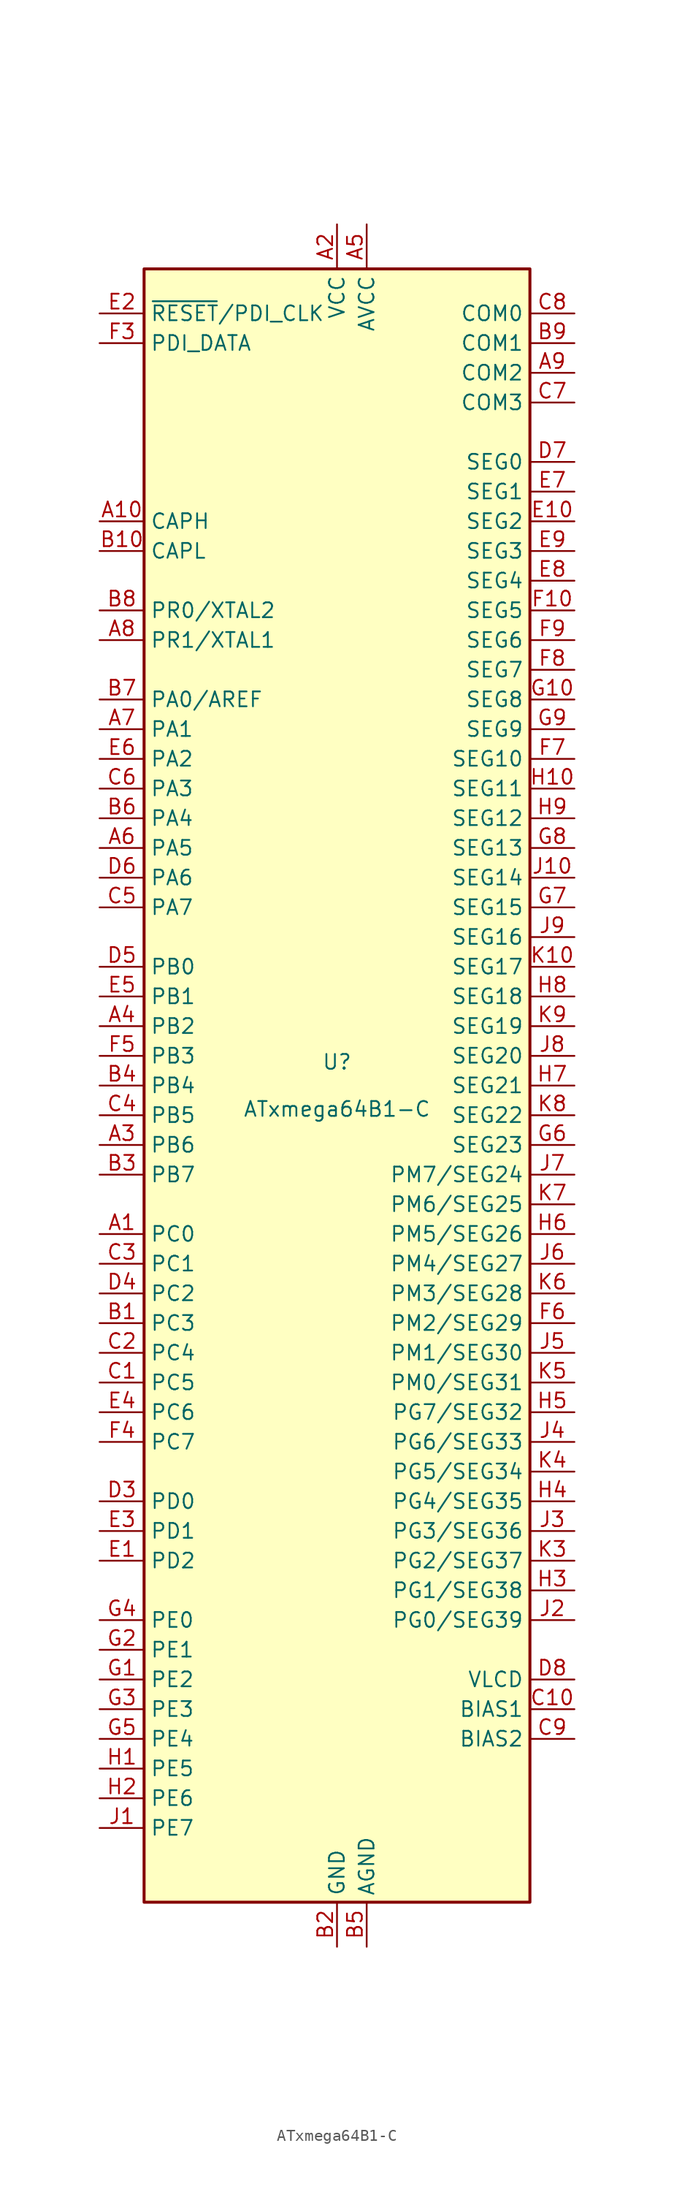
<source format=kicad_sym>
(kicad_symbol_lib
  (version 20220914)
  (generator kicad_symbol_editor)
  (symbol "ATxmega64B1-C"
    (property "Reference" "U"
      (at 0 1.27 0)
      (effects (font (size 1.27 1.27)) (justify bottom)))
    (property "Value" "ATxmega64B1-C"
      (at 0 -1.27 0)
      (effects (font (size 1.27 1.27)) (justify top)))
    (symbol "ATxmega64B1-C_0_1"
      (rectangle (start -16.51 -69.85) (end 16.51 69.85) (stroke (width 0.254) (type default)) (fill (type background))))
    (symbol "ATxmega64B1-C_1_1"
      (pin bidirectional line (at -20.32 -12.7 0) (length 3.81) (name "PC0" (effects (font (size 1.27 1.27)))) (number "A1" (effects (font (size 1.27 1.27)))))
      (pin passive line (at -20.32 48.26 0) (length 3.81) (name "CAPH" (effects (font (size 1.27 1.27)))) (number "A10" (effects (font (size 1.27 1.27)))))
      (pin power_in line (at 0 73.66 270) (length 3.81) (name "VCC" (effects (font (size 1.27 1.27)))) (number "A2" (effects (font (size 1.27 1.27)))))
      (pin bidirectional line (at -20.32 -5.08 0) (length 3.81) (name "PB6" (effects (font (size 1.27 1.27)))) (number "A3" (effects (font (size 1.27 1.27)))))
      (pin bidirectional line (at -20.32 5.08 0) (length 3.81) (name "PB2" (effects (font (size 1.27 1.27)))) (number "A4" (effects (font (size 1.27 1.27)))))
      (pin power_in line (at 2.54 73.66 270) (length 3.81) (name "AVCC" (effects (font (size 1.27 1.27)))) (number "A5" (effects (font (size 1.27 1.27)))))
      (pin bidirectional line (at -20.32 20.32 0) (length 3.81) (name "PA5" (effects (font (size 1.27 1.27)))) (number "A6" (effects (font (size 1.27 1.27)))))
      (pin bidirectional line (at -20.32 30.48 0) (length 3.81) (name "PA1" (effects (font (size 1.27 1.27)))) (number "A7" (effects (font (size 1.27 1.27)))))
      (pin bidirectional line (at -20.32 38.1 0) (length 3.81) (name "PR1/XTAL1" (effects (font (size 1.27 1.27)))) (number "A8" (effects (font (size 1.27 1.27)))))
      (pin output line (at 20.32 60.96 180) (length 3.81) (name "COM2" (effects (font (size 1.27 1.27)))) (number "A9" (effects (font (size 1.27 1.27)))))
      (pin bidirectional line (at -20.32 -20.32 0) (length 3.81) (name "PC3" (effects (font (size 1.27 1.27)))) (number "B1" (effects (font (size 1.27 1.27)))))
      (pin passive line (at -20.32 45.72 0) (length 3.81) (name "CAPL" (effects (font (size 1.27 1.27)))) (number "B10" (effects (font (size 1.27 1.27)))))
      (pin power_in line (at 0 -73.66 90) (length 3.81) (name "GND" (effects (font (size 1.27 1.27)))) (number "B2" (effects (font (size 1.27 1.27)))))
      (pin bidirectional line (at -20.32 -7.62 0) (length 3.81) (name "PB7" (effects (font (size 1.27 1.27)))) (number "B3" (effects (font (size 1.27 1.27)))))
      (pin bidirectional line (at -20.32 0 0) (length 3.81) (name "PB4" (effects (font (size 1.27 1.27)))) (number "B4" (effects (font (size 1.27 1.27)))))
      (pin power_in line (at 2.54 -73.66 90) (length 3.81) (name "AGND" (effects (font (size 1.27 1.27)))) (number "B5" (effects (font (size 1.27 1.27)))))
      (pin bidirectional line (at -20.32 22.86 0) (length 3.81) (name "PA4" (effects (font (size 1.27 1.27)))) (number "B6" (effects (font (size 1.27 1.27)))))
      (pin bidirectional line (at -20.32 33.02 0) (length 3.81) (name "PA0/AREF" (effects (font (size 1.27 1.27)))) (number "B7" (effects (font (size 1.27 1.27)))))
      (pin bidirectional line (at -20.32 40.64 0) (length 3.81) (name "PR0/XTAL2" (effects (font (size 1.27 1.27)))) (number "B8" (effects (font (size 1.27 1.27)))))
      (pin output line (at 20.32 63.5 180) (length 3.81) (name "COM1" (effects (font (size 1.27 1.27)))) (number "B9" (effects (font (size 1.27 1.27)))))
      (pin bidirectional line (at -20.32 -25.4 0) (length 3.81) (name "PC5" (effects (font (size 1.27 1.27)))) (number "C1" (effects (font (size 1.27 1.27)))))
      (pin power_out line (at 20.32 -53.34 180) (length 3.81) (name "BIAS1" (effects (font (size 1.27 1.27)))) (number "C10" (effects (font (size 1.27 1.27)))))
      (pin bidirectional line (at -20.32 -22.86 0) (length 3.81) (name "PC4" (effects (font (size 1.27 1.27)))) (number "C2" (effects (font (size 1.27 1.27)))))
      (pin bidirectional line (at -20.32 -15.24 0) (length 3.81) (name "PC1" (effects (font (size 1.27 1.27)))) (number "C3" (effects (font (size 1.27 1.27)))))
      (pin bidirectional line (at -20.32 -2.54 0) (length 3.81) (name "PB5" (effects (font (size 1.27 1.27)))) (number "C4" (effects (font (size 1.27 1.27)))))
      (pin bidirectional line (at -20.32 15.24 0) (length 3.81) (name "PA7" (effects (font (size 1.27 1.27)))) (number "C5" (effects (font (size 1.27 1.27)))))
      (pin bidirectional line (at -20.32 25.4 0) (length 3.81) (name "PA3" (effects (font (size 1.27 1.27)))) (number "C6" (effects (font (size 1.27 1.27)))))
      (pin output line (at 20.32 58.42 180) (length 3.81) (name "COM3" (effects (font (size 1.27 1.27)))) (number "C7" (effects (font (size 1.27 1.27)))))
      (pin output line (at 20.32 66.04 180) (length 3.81) (name "COM0" (effects (font (size 1.27 1.27)))) (number "C8" (effects (font (size 1.27 1.27)))))
      (pin power_out line (at 20.32 -55.88 180) (length 3.81) (name "BIAS2" (effects (font (size 1.27 1.27)))) (number "C9" (effects (font (size 1.27 1.27)))))
      (pin passive line (at 0 73.66 270) (length 3.81) hide (name "VCC" (effects (font (size 1.27 1.27)))) (number "D1" (effects (font (size 1.27 1.27)))))
      (pin passive line (at 0 73.66 270) (length 3.81) hide (name "VCC" (effects (font (size 1.27 1.27)))) (number "D10" (effects (font (size 1.27 1.27)))))
      (pin passive line (at 0 -73.66 90) (length 3.81) hide (name "GND" (effects (font (size 1.27 1.27)))) (number "D2" (effects (font (size 1.27 1.27)))))
      (pin bidirectional line (at -20.32 -35.56 0) (length 3.81) (name "PD0" (effects (font (size 1.27 1.27)))) (number "D3" (effects (font (size 1.27 1.27)))))
      (pin bidirectional line (at -20.32 -17.78 0) (length 3.81) (name "PC2" (effects (font (size 1.27 1.27)))) (number "D4" (effects (font (size 1.27 1.27)))))
      (pin bidirectional line (at -20.32 10.16 0) (length 3.81) (name "PB0" (effects (font (size 1.27 1.27)))) (number "D5" (effects (font (size 1.27 1.27)))))
      (pin bidirectional line (at -20.32 17.78 0) (length 3.81) (name "PA6" (effects (font (size 1.27 1.27)))) (number "D6" (effects (font (size 1.27 1.27)))))
      (pin output line (at 20.32 53.34 180) (length 3.81) (name "SEG0" (effects (font (size 1.27 1.27)))) (number "D7" (effects (font (size 1.27 1.27)))))
      (pin power_out line (at 20.32 -50.8 180) (length 3.81) (name "VLCD" (effects (font (size 1.27 1.27)))) (number "D8" (effects (font (size 1.27 1.27)))))
      (pin passive line (at 0 -73.66 90) (length 3.81) hide (name "GND" (effects (font (size 1.27 1.27)))) (number "D9" (effects (font (size 1.27 1.27)))))
      (pin bidirectional line (at -20.32 -40.64 0) (length 3.81) (name "PD2" (effects (font (size 1.27 1.27)))) (number "E1" (effects (font (size 1.27 1.27)))))
      (pin output line (at 20.32 48.26 180) (length 3.81) (name "SEG2" (effects (font (size 1.27 1.27)))) (number "E10" (effects (font (size 1.27 1.27)))))
      (pin input line (at -20.32 66.04 0) (length 3.81) (name "~{RESET}/PDI_CLK" (effects (font (size 1.27 1.27)))) (number "E2" (effects (font (size 1.27 1.27)))))
      (pin bidirectional line (at -20.32 -38.1 0) (length 3.81) (name "PD1" (effects (font (size 1.27 1.27)))) (number "E3" (effects (font (size 1.27 1.27)))))
      (pin bidirectional line (at -20.32 -27.94 0) (length 3.81) (name "PC6" (effects (font (size 1.27 1.27)))) (number "E4" (effects (font (size 1.27 1.27)))))
      (pin bidirectional line (at -20.32 7.62 0) (length 3.81) (name "PB1" (effects (font (size 1.27 1.27)))) (number "E5" (effects (font (size 1.27 1.27)))))
      (pin bidirectional line (at -20.32 27.94 0) (length 3.81) (name "PA2" (effects (font (size 1.27 1.27)))) (number "E6" (effects (font (size 1.27 1.27)))))
      (pin output line (at 20.32 50.8 180) (length 3.81) (name "SEG1" (effects (font (size 1.27 1.27)))) (number "E7" (effects (font (size 1.27 1.27)))))
      (pin output line (at 20.32 43.18 180) (length 3.81) (name "SEG4" (effects (font (size 1.27 1.27)))) (number "E8" (effects (font (size 1.27 1.27)))))
      (pin output line (at 20.32 45.72 180) (length 3.81) (name "SEG3" (effects (font (size 1.27 1.27)))) (number "E9" (effects (font (size 1.27 1.27)))))
      (pin passive line (at 0 73.66 270) (length 3.81) hide (name "VCC" (effects (font (size 1.27 1.27)))) (number "F1" (effects (font (size 1.27 1.27)))))
      (pin output line (at 20.32 40.64 180) (length 3.81) (name "SEG5" (effects (font (size 1.27 1.27)))) (number "F10" (effects (font (size 1.27 1.27)))))
      (pin passive line (at 0 -73.66 90) (length 3.81) hide (name "GND" (effects (font (size 1.27 1.27)))) (number "F2" (effects (font (size 1.27 1.27)))))
      (pin bidirectional line (at -20.32 63.5 0) (length 3.81) (name "PDI_DATA" (effects (font (size 1.27 1.27)))) (number "F3" (effects (font (size 1.27 1.27)))))
      (pin bidirectional line (at -20.32 -30.48 0) (length 3.81) (name "PC7" (effects (font (size 1.27 1.27)))) (number "F4" (effects (font (size 1.27 1.27)))))
      (pin bidirectional line (at -20.32 2.54 0) (length 3.81) (name "PB3" (effects (font (size 1.27 1.27)))) (number "F5" (effects (font (size 1.27 1.27)))))
      (pin bidirectional line (at 20.32 -20.32 180) (length 3.81) (name "PM2/SEG29" (effects (font (size 1.27 1.27)))) (number "F6" (effects (font (size 1.27 1.27)))))
      (pin output line (at 20.32 27.94 180) (length 3.81) (name "SEG10" (effects (font (size 1.27 1.27)))) (number "F7" (effects (font (size 1.27 1.27)))))
      (pin output line (at 20.32 35.56 180) (length 3.81) (name "SEG7" (effects (font (size 1.27 1.27)))) (number "F8" (effects (font (size 1.27 1.27)))))
      (pin output line (at 20.32 38.1 180) (length 3.81) (name "SEG6" (effects (font (size 1.27 1.27)))) (number "F9" (effects (font (size 1.27 1.27)))))
      (pin bidirectional line (at -20.32 -50.8 0) (length 3.81) (name "PE2" (effects (font (size 1.27 1.27)))) (number "G1" (effects (font (size 1.27 1.27)))))
      (pin output line (at 20.32 33.02 180) (length 3.81) (name "SEG8" (effects (font (size 1.27 1.27)))) (number "G10" (effects (font (size 1.27 1.27)))))
      (pin bidirectional line (at -20.32 -48.26 0) (length 3.81) (name "PE1" (effects (font (size 1.27 1.27)))) (number "G2" (effects (font (size 1.27 1.27)))))
      (pin bidirectional line (at -20.32 -53.34 0) (length 3.81) (name "PE3" (effects (font (size 1.27 1.27)))) (number "G3" (effects (font (size 1.27 1.27)))))
      (pin bidirectional line (at -20.32 -45.72 0) (length 3.81) (name "PE0" (effects (font (size 1.27 1.27)))) (number "G4" (effects (font (size 1.27 1.27)))))
      (pin bidirectional line (at -20.32 -55.88 0) (length 3.81) (name "PE4" (effects (font (size 1.27 1.27)))) (number "G5" (effects (font (size 1.27 1.27)))))
      (pin output line (at 20.32 -5.08 180) (length 3.81) (name "SEG23" (effects (font (size 1.27 1.27)))) (number "G6" (effects (font (size 1.27 1.27)))))
      (pin output line (at 20.32 15.24 180) (length 3.81) (name "SEG15" (effects (font (size 1.27 1.27)))) (number "G7" (effects (font (size 1.27 1.27)))))
      (pin output line (at 20.32 20.32 180) (length 3.81) (name "SEG13" (effects (font (size 1.27 1.27)))) (number "G8" (effects (font (size 1.27 1.27)))))
      (pin output line (at 20.32 30.48 180) (length 3.81) (name "SEG9" (effects (font (size 1.27 1.27)))) (number "G9" (effects (font (size 1.27 1.27)))))
      (pin bidirectional line (at -20.32 -58.42 0) (length 3.81) (name "PE5" (effects (font (size 1.27 1.27)))) (number "H1" (effects (font (size 1.27 1.27)))))
      (pin output line (at 20.32 25.4 180) (length 3.81) (name "SEG11" (effects (font (size 1.27 1.27)))) (number "H10" (effects (font (size 1.27 1.27)))))
      (pin bidirectional line (at -20.32 -60.96 0) (length 3.81) (name "PE6" (effects (font (size 1.27 1.27)))) (number "H2" (effects (font (size 1.27 1.27)))))
      (pin bidirectional line (at 20.32 -43.18 180) (length 3.81) (name "PG1/SEG38" (effects (font (size 1.27 1.27)))) (number "H3" (effects (font (size 1.27 1.27)))))
      (pin bidirectional line (at 20.32 -35.56 180) (length 3.81) (name "PG4/SEG35" (effects (font (size 1.27 1.27)))) (number "H4" (effects (font (size 1.27 1.27)))))
      (pin bidirectional line (at 20.32 -27.94 180) (length 3.81) (name "PG7/SEG32" (effects (font (size 1.27 1.27)))) (number "H5" (effects (font (size 1.27 1.27)))))
      (pin bidirectional line (at 20.32 -12.7 180) (length 3.81) (name "PM5/SEG26" (effects (font (size 1.27 1.27)))) (number "H6" (effects (font (size 1.27 1.27)))))
      (pin output line (at 20.32 0 180) (length 3.81) (name "SEG21" (effects (font (size 1.27 1.27)))) (number "H7" (effects (font (size 1.27 1.27)))))
      (pin output line (at 20.32 7.62 180) (length 3.81) (name "SEG18" (effects (font (size 1.27 1.27)))) (number "H8" (effects (font (size 1.27 1.27)))))
      (pin output line (at 20.32 22.86 180) (length 3.81) (name "SEG12" (effects (font (size 1.27 1.27)))) (number "H9" (effects (font (size 1.27 1.27)))))
      (pin bidirectional line (at -20.32 -63.5 0) (length 3.81) (name "PE7" (effects (font (size 1.27 1.27)))) (number "J1" (effects (font (size 1.27 1.27)))))
      (pin output line (at 20.32 17.78 180) (length 3.81) (name "SEG14" (effects (font (size 1.27 1.27)))) (number "J10" (effects (font (size 1.27 1.27)))))
      (pin bidirectional line (at 20.32 -45.72 180) (length 3.81) (name "PG0/SEG39" (effects (font (size 1.27 1.27)))) (number "J2" (effects (font (size 1.27 1.27)))))
      (pin bidirectional line (at 20.32 -38.1 180) (length 3.81) (name "PG3/SEG36" (effects (font (size 1.27 1.27)))) (number "J3" (effects (font (size 1.27 1.27)))))
      (pin bidirectional line (at 20.32 -30.48 180) (length 3.81) (name "PG6/SEG33" (effects (font (size 1.27 1.27)))) (number "J4" (effects (font (size 1.27 1.27)))))
      (pin bidirectional line (at 20.32 -22.86 180) (length 3.81) (name "PM1/SEG30" (effects (font (size 1.27 1.27)))) (number "J5" (effects (font (size 1.27 1.27)))))
      (pin bidirectional line (at 20.32 -15.24 180) (length 3.81) (name "PM4/SEG27" (effects (font (size 1.27 1.27)))) (number "J6" (effects (font (size 1.27 1.27)))))
      (pin bidirectional line (at 20.32 -7.62 180) (length 3.81) (name "PM7/SEG24" (effects (font (size 1.27 1.27)))) (number "J7" (effects (font (size 1.27 1.27)))))
      (pin output line (at 20.32 2.54 180) (length 3.81) (name "SEG20" (effects (font (size 1.27 1.27)))) (number "J8" (effects (font (size 1.27 1.27)))))
      (pin output line (at 20.32 12.7 180) (length 3.81) (name "SEG16" (effects (font (size 1.27 1.27)))) (number "J9" (effects (font (size 1.27 1.27)))))
      (pin passive line (at 0 -73.66 90) (length 3.81) hide (name "GND" (effects (font (size 1.27 1.27)))) (number "K1" (effects (font (size 1.27 1.27)))))
      (pin output line (at 20.32 10.16 180) (length 3.81) (name "SEG17" (effects (font (size 1.27 1.27)))) (number "K10" (effects (font (size 1.27 1.27)))))
      (pin passive line (at 0 73.66 270) (length 3.81) hide (name "VCC" (effects (font (size 1.27 1.27)))) (number "K2" (effects (font (size 1.27 1.27)))))
      (pin bidirectional line (at 20.32 -40.64 180) (length 3.81) (name "PG2/SEG37" (effects (font (size 1.27 1.27)))) (number "K3" (effects (font (size 1.27 1.27)))))
      (pin bidirectional line (at 20.32 -33.02 180) (length 3.81) (name "PG5/SEG34" (effects (font (size 1.27 1.27)))) (number "K4" (effects (font (size 1.27 1.27)))))
      (pin bidirectional line (at 20.32 -25.4 180) (length 3.81) (name "PM0/SEG31" (effects (font (size 1.27 1.27)))) (number "K5" (effects (font (size 1.27 1.27)))))
      (pin bidirectional line (at 20.32 -17.78 180) (length 3.81) (name "PM3/SEG28" (effects (font (size 1.27 1.27)))) (number "K6" (effects (font (size 1.27 1.27)))))
      (pin bidirectional line (at 20.32 -10.16 180) (length 3.81) (name "PM6/SEG25" (effects (font (size 1.27 1.27)))) (number "K7" (effects (font (size 1.27 1.27)))))
      (pin output line (at 20.32 -2.54 180) (length 3.81) (name "SEG22" (effects (font (size 1.27 1.27)))) (number "K8" (effects (font (size 1.27 1.27)))))
      (pin output line (at 20.32 5.08 180) (length 3.81) (name "SEG19" (effects (font (size 1.27 1.27)))) (number "K9" (effects (font (size 1.27 1.27))))))))
</source>
